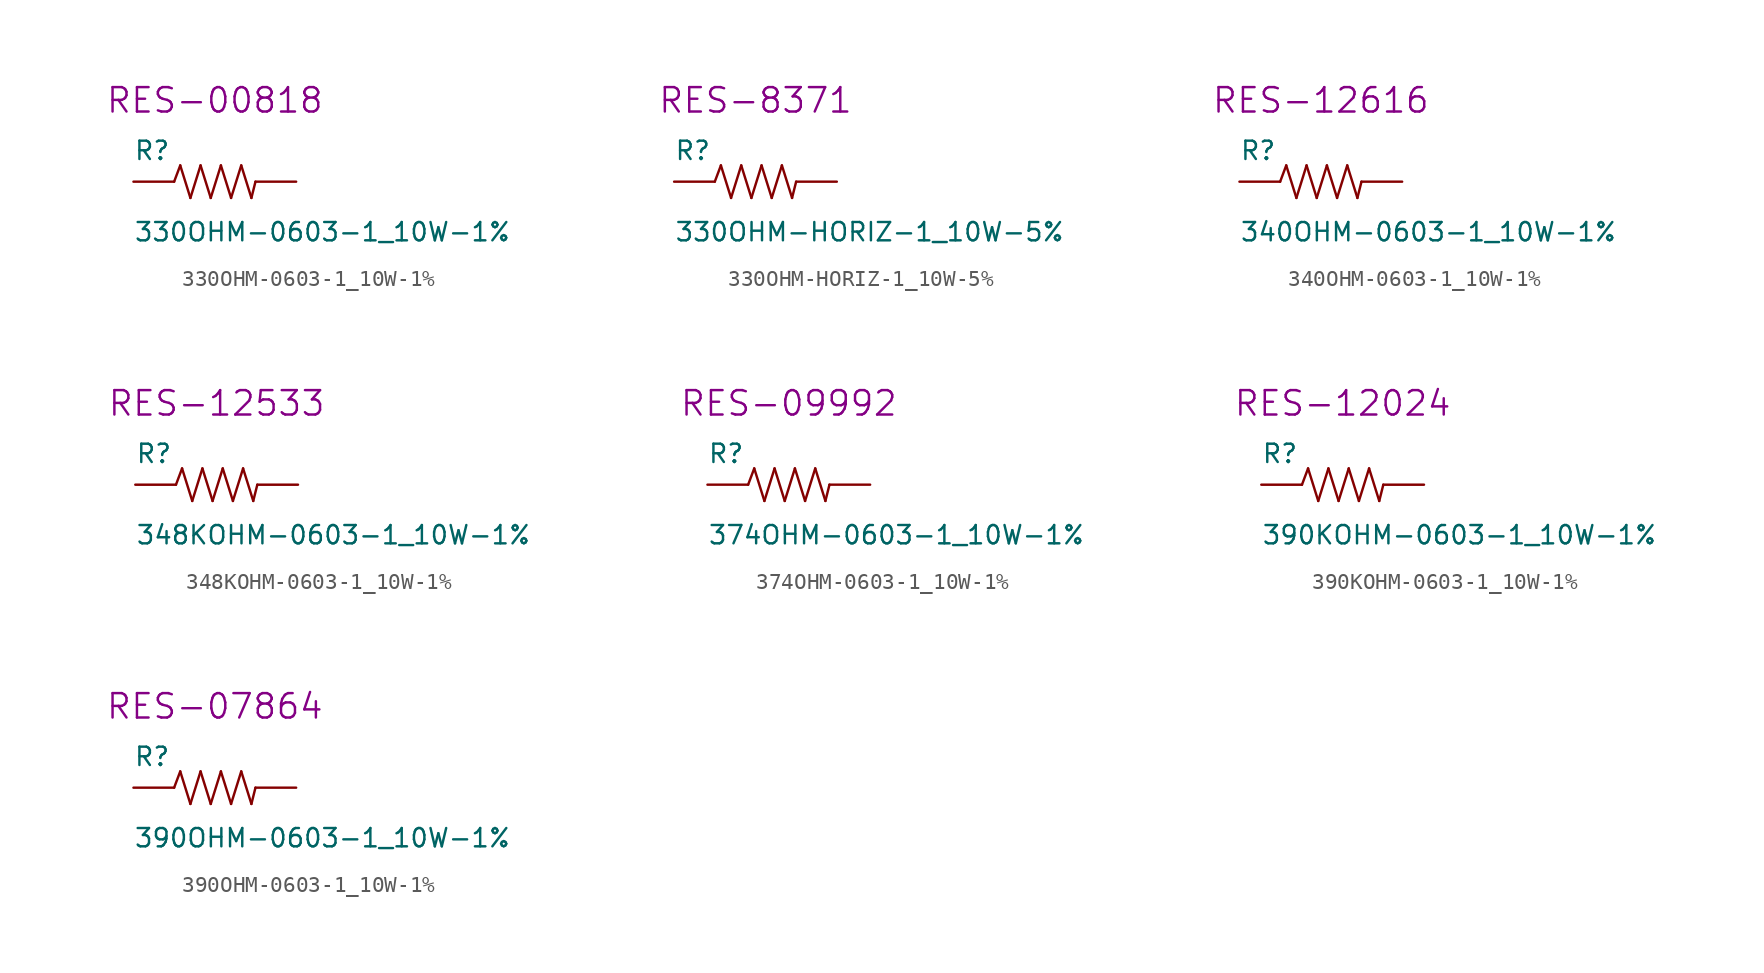
<source format=kicad_sym>
(kicad_symbol_lib
  (version 20211014)
  (generator kicad_symbol_editor)
  (symbol "330OHM-0603-1_10W-1%"
    (pin_numbers hide)
    (pin_names
      (offset 1.016) hide)
    (property "Reference" "R"
      (at -5.08 1.27 0)
      (effects (font (size 1.143 1.143)) (justify left bottom)))
    (property "Value" "330OHM-0603-1_10W-1%"
      (at -5.08 -3.81 0)
      (effects (font (size 1.143 1.143)) (justify left bottom)))
    (property "Field4" "RES-00818"
      (at 0 5.08 0)
      (effects (font (size 1.524 1.524))))
    (property "ki_locked" ""
      (at 0 0 0)
      (effects (font (size 1.27 1.27))))
    (symbol "330OHM-0603-1_10W-1%_1_0"
      (polyline (pts (xy -2.54 0) (xy -2.159 1.016)) (stroke (width 0) (type default) (color 0 0 0 0)) (fill (type none)))
      (polyline (pts (xy -2.159 1.016) (xy -1.524 -1.016)) (stroke (width 0) (type default) (color 0 0 0 0)) (fill (type none)))
      (polyline (pts (xy -1.524 -1.016) (xy -0.889 1.016)) (stroke (width 0) (type default) (color 0 0 0 0)) (fill (type none)))
      (polyline (pts (xy -0.889 1.016) (xy -0.254 -1.016)) (stroke (width 0) (type default) (color 0 0 0 0)) (fill (type none)))
      (polyline (pts (xy -0.254 -1.016) (xy 0.381 1.016)) (stroke (width 0) (type default) (color 0 0 0 0)) (fill (type none)))
      (polyline (pts (xy 0.381 1.016) (xy 1.016 -1.016)) (stroke (width 0) (type default) (color 0 0 0 0)) (fill (type none)))
      (polyline (pts (xy 1.016 -1.016) (xy 1.651 1.016)) (stroke (width 0) (type default) (color 0 0 0 0)) (fill (type none)))
      (polyline (pts (xy 1.651 1.016) (xy 2.286 -1.016)) (stroke (width 0) (type default) (color 0 0 0 0)) (fill (type none)))
      (polyline (pts (xy 2.286 -1.016) (xy 2.54 0)) (stroke (width 0) (type default) (color 0 0 0 0)) (fill (type none))))
    (symbol "330OHM-0603-1_10W-1%_1_1"
      (pin passive line (at -5.08 0 0) (length 2.54) (name "1" (effects (font (size 1.016 1.016)))) (number "1" (effects (font (size 1.016 1.016)))))
      (pin passive line (at 5.08 0 180) (length 2.54) (name "2" (effects (font (size 1.016 1.016)))) (number "2" (effects (font (size 1.016 1.016)))))))
  (symbol "330OHM-HORIZ-1_10W-5%"
    (pin_numbers hide)
    (pin_names
      (offset 1.016) hide)
    (property "Reference" "R"
      (at -5.08 1.27 0)
      (effects (font (size 1.143 1.143)) (justify left bottom)))
    (property "Value" "330OHM-HORIZ-1_10W-5%"
      (at -5.08 -3.81 0)
      (effects (font (size 1.143 1.143)) (justify left bottom)))
    (property "Field4" "RES-8371"
      (at 0 5.08 0)
      (effects (font (size 1.524 1.524))))
    (property "ki_locked" ""
      (at 0 0 0)
      (effects (font (size 1.27 1.27))))
    (symbol "330OHM-HORIZ-1_10W-5%_1_0"
      (polyline (pts (xy -2.54 0) (xy -2.159 1.016)) (stroke (width 0) (type default) (color 0 0 0 0)) (fill (type none)))
      (polyline (pts (xy -2.159 1.016) (xy -1.524 -1.016)) (stroke (width 0) (type default) (color 0 0 0 0)) (fill (type none)))
      (polyline (pts (xy -1.524 -1.016) (xy -0.889 1.016)) (stroke (width 0) (type default) (color 0 0 0 0)) (fill (type none)))
      (polyline (pts (xy -0.889 1.016) (xy -0.254 -1.016)) (stroke (width 0) (type default) (color 0 0 0 0)) (fill (type none)))
      (polyline (pts (xy -0.254 -1.016) (xy 0.381 1.016)) (stroke (width 0) (type default) (color 0 0 0 0)) (fill (type none)))
      (polyline (pts (xy 0.381 1.016) (xy 1.016 -1.016)) (stroke (width 0) (type default) (color 0 0 0 0)) (fill (type none)))
      (polyline (pts (xy 1.016 -1.016) (xy 1.651 1.016)) (stroke (width 0) (type default) (color 0 0 0 0)) (fill (type none)))
      (polyline (pts (xy 1.651 1.016) (xy 2.286 -1.016)) (stroke (width 0) (type default) (color 0 0 0 0)) (fill (type none)))
      (polyline (pts (xy 2.286 -1.016) (xy 2.54 0)) (stroke (width 0) (type default) (color 0 0 0 0)) (fill (type none))))
    (symbol "330OHM-HORIZ-1_10W-5%_1_1"
      (pin passive line (at -5.08 0 0) (length 2.54) (name "1" (effects (font (size 1.016 1.016)))) (number "P$1" (effects (font (size 1.016 1.016)))))
      (pin passive line (at 5.08 0 180) (length 2.54) (name "2" (effects (font (size 1.016 1.016)))) (number "P$2" (effects (font (size 1.016 1.016)))))))
  (symbol "340OHM-0603-1_10W-1%"
    (pin_numbers hide)
    (pin_names
      (offset 1.016) hide)
    (property "Reference" "R"
      (at -5.08 1.27 0)
      (effects (font (size 1.143 1.143)) (justify left bottom)))
    (property "Value" "340OHM-0603-1_10W-1%"
      (at -5.08 -3.81 0)
      (effects (font (size 1.143 1.143)) (justify left bottom)))
    (property "Field4" "RES-12616"
      (at 0 5.08 0)
      (effects (font (size 1.524 1.524))))
    (property "ki_locked" ""
      (at 0 0 0)
      (effects (font (size 1.27 1.27))))
    (symbol "340OHM-0603-1_10W-1%_1_0"
      (polyline (pts (xy -2.54 0) (xy -2.159 1.016)) (stroke (width 0) (type default) (color 0 0 0 0)) (fill (type none)))
      (polyline (pts (xy -2.159 1.016) (xy -1.524 -1.016)) (stroke (width 0) (type default) (color 0 0 0 0)) (fill (type none)))
      (polyline (pts (xy -1.524 -1.016) (xy -0.889 1.016)) (stroke (width 0) (type default) (color 0 0 0 0)) (fill (type none)))
      (polyline (pts (xy -0.889 1.016) (xy -0.254 -1.016)) (stroke (width 0) (type default) (color 0 0 0 0)) (fill (type none)))
      (polyline (pts (xy -0.254 -1.016) (xy 0.381 1.016)) (stroke (width 0) (type default) (color 0 0 0 0)) (fill (type none)))
      (polyline (pts (xy 0.381 1.016) (xy 1.016 -1.016)) (stroke (width 0) (type default) (color 0 0 0 0)) (fill (type none)))
      (polyline (pts (xy 1.016 -1.016) (xy 1.651 1.016)) (stroke (width 0) (type default) (color 0 0 0 0)) (fill (type none)))
      (polyline (pts (xy 1.651 1.016) (xy 2.286 -1.016)) (stroke (width 0) (type default) (color 0 0 0 0)) (fill (type none)))
      (polyline (pts (xy 2.286 -1.016) (xy 2.54 0)) (stroke (width 0) (type default) (color 0 0 0 0)) (fill (type none))))
    (symbol "340OHM-0603-1_10W-1%_1_1"
      (pin passive line (at -5.08 0 0) (length 2.54) (name "1" (effects (font (size 1.016 1.016)))) (number "1" (effects (font (size 1.016 1.016)))))
      (pin passive line (at 5.08 0 180) (length 2.54) (name "2" (effects (font (size 1.016 1.016)))) (number "2" (effects (font (size 1.016 1.016)))))))
  (symbol "348KOHM-0603-1_10W-1%"
    (pin_numbers hide)
    (pin_names
      (offset 1.016) hide)
    (property "Reference" "R"
      (at -5.08 1.27 0)
      (effects (font (size 1.143 1.143)) (justify left bottom)))
    (property "Value" "348KOHM-0603-1_10W-1%"
      (at -5.08 -3.81 0)
      (effects (font (size 1.143 1.143)) (justify left bottom)))
    (property "Field4" "RES-12533"
      (at 0 5.08 0)
      (effects (font (size 1.524 1.524))))
    (property "ki_locked" ""
      (at 0 0 0)
      (effects (font (size 1.27 1.27))))
    (symbol "348KOHM-0603-1_10W-1%_1_0"
      (polyline (pts (xy -2.54 0) (xy -2.159 1.016)) (stroke (width 0) (type default) (color 0 0 0 0)) (fill (type none)))
      (polyline (pts (xy -2.159 1.016) (xy -1.524 -1.016)) (stroke (width 0) (type default) (color 0 0 0 0)) (fill (type none)))
      (polyline (pts (xy -1.524 -1.016) (xy -0.889 1.016)) (stroke (width 0) (type default) (color 0 0 0 0)) (fill (type none)))
      (polyline (pts (xy -0.889 1.016) (xy -0.254 -1.016)) (stroke (width 0) (type default) (color 0 0 0 0)) (fill (type none)))
      (polyline (pts (xy -0.254 -1.016) (xy 0.381 1.016)) (stroke (width 0) (type default) (color 0 0 0 0)) (fill (type none)))
      (polyline (pts (xy 0.381 1.016) (xy 1.016 -1.016)) (stroke (width 0) (type default) (color 0 0 0 0)) (fill (type none)))
      (polyline (pts (xy 1.016 -1.016) (xy 1.651 1.016)) (stroke (width 0) (type default) (color 0 0 0 0)) (fill (type none)))
      (polyline (pts (xy 1.651 1.016) (xy 2.286 -1.016)) (stroke (width 0) (type default) (color 0 0 0 0)) (fill (type none)))
      (polyline (pts (xy 2.286 -1.016) (xy 2.54 0)) (stroke (width 0) (type default) (color 0 0 0 0)) (fill (type none))))
    (symbol "348KOHM-0603-1_10W-1%_1_1"
      (pin passive line (at -5.08 0 0) (length 2.54) (name "1" (effects (font (size 1.016 1.016)))) (number "1" (effects (font (size 1.016 1.016)))))
      (pin passive line (at 5.08 0 180) (length 2.54) (name "2" (effects (font (size 1.016 1.016)))) (number "2" (effects (font (size 1.016 1.016)))))))
  (symbol "374OHM-0603-1_10W-1%"
    (pin_numbers hide)
    (pin_names
      (offset 1.016) hide)
    (property "Reference" "R"
      (at -5.08 1.27 0)
      (effects (font (size 1.143 1.143)) (justify left bottom)))
    (property "Value" "374OHM-0603-1_10W-1%"
      (at -5.08 -3.81 0)
      (effects (font (size 1.143 1.143)) (justify left bottom)))
    (property "Field4" "RES-09992"
      (at 0 5.08 0)
      (effects (font (size 1.524 1.524))))
    (property "ki_locked" ""
      (at 0 0 0)
      (effects (font (size 1.27 1.27))))
    (symbol "374OHM-0603-1_10W-1%_1_0"
      (polyline (pts (xy -2.54 0) (xy -2.159 1.016)) (stroke (width 0) (type default) (color 0 0 0 0)) (fill (type none)))
      (polyline (pts (xy -2.159 1.016) (xy -1.524 -1.016)) (stroke (width 0) (type default) (color 0 0 0 0)) (fill (type none)))
      (polyline (pts (xy -1.524 -1.016) (xy -0.889 1.016)) (stroke (width 0) (type default) (color 0 0 0 0)) (fill (type none)))
      (polyline (pts (xy -0.889 1.016) (xy -0.254 -1.016)) (stroke (width 0) (type default) (color 0 0 0 0)) (fill (type none)))
      (polyline (pts (xy -0.254 -1.016) (xy 0.381 1.016)) (stroke (width 0) (type default) (color 0 0 0 0)) (fill (type none)))
      (polyline (pts (xy 0.381 1.016) (xy 1.016 -1.016)) (stroke (width 0) (type default) (color 0 0 0 0)) (fill (type none)))
      (polyline (pts (xy 1.016 -1.016) (xy 1.651 1.016)) (stroke (width 0) (type default) (color 0 0 0 0)) (fill (type none)))
      (polyline (pts (xy 1.651 1.016) (xy 2.286 -1.016)) (stroke (width 0) (type default) (color 0 0 0 0)) (fill (type none)))
      (polyline (pts (xy 2.286 -1.016) (xy 2.54 0)) (stroke (width 0) (type default) (color 0 0 0 0)) (fill (type none))))
    (symbol "374OHM-0603-1_10W-1%_1_1"
      (pin passive line (at -5.08 0 0) (length 2.54) (name "1" (effects (font (size 1.016 1.016)))) (number "1" (effects (font (size 1.016 1.016)))))
      (pin passive line (at 5.08 0 180) (length 2.54) (name "2" (effects (font (size 1.016 1.016)))) (number "2" (effects (font (size 1.016 1.016)))))))
  (symbol "390KOHM-0603-1_10W-1%"
    (pin_numbers hide)
    (pin_names
      (offset 1.016) hide)
    (property "Reference" "R"
      (at -5.08 1.27 0)
      (effects (font (size 1.143 1.143)) (justify left bottom)))
    (property "Value" "390KOHM-0603-1_10W-1%"
      (at -5.08 -3.81 0)
      (effects (font (size 1.143 1.143)) (justify left bottom)))
    (property "Field4" "RES-12024"
      (at 0 5.08 0)
      (effects (font (size 1.524 1.524))))
    (property "ki_locked" ""
      (at 0 0 0)
      (effects (font (size 1.27 1.27))))
    (symbol "390KOHM-0603-1_10W-1%_1_0"
      (polyline (pts (xy -2.54 0) (xy -2.159 1.016)) (stroke (width 0) (type default) (color 0 0 0 0)) (fill (type none)))
      (polyline (pts (xy -2.159 1.016) (xy -1.524 -1.016)) (stroke (width 0) (type default) (color 0 0 0 0)) (fill (type none)))
      (polyline (pts (xy -1.524 -1.016) (xy -0.889 1.016)) (stroke (width 0) (type default) (color 0 0 0 0)) (fill (type none)))
      (polyline (pts (xy -0.889 1.016) (xy -0.254 -1.016)) (stroke (width 0) (type default) (color 0 0 0 0)) (fill (type none)))
      (polyline (pts (xy -0.254 -1.016) (xy 0.381 1.016)) (stroke (width 0) (type default) (color 0 0 0 0)) (fill (type none)))
      (polyline (pts (xy 0.381 1.016) (xy 1.016 -1.016)) (stroke (width 0) (type default) (color 0 0 0 0)) (fill (type none)))
      (polyline (pts (xy 1.016 -1.016) (xy 1.651 1.016)) (stroke (width 0) (type default) (color 0 0 0 0)) (fill (type none)))
      (polyline (pts (xy 1.651 1.016) (xy 2.286 -1.016)) (stroke (width 0) (type default) (color 0 0 0 0)) (fill (type none)))
      (polyline (pts (xy 2.286 -1.016) (xy 2.54 0)) (stroke (width 0) (type default) (color 0 0 0 0)) (fill (type none))))
    (symbol "390KOHM-0603-1_10W-1%_1_1"
      (pin passive line (at -5.08 0 0) (length 2.54) (name "1" (effects (font (size 1.016 1.016)))) (number "1" (effects (font (size 1.016 1.016)))))
      (pin passive line (at 5.08 0 180) (length 2.54) (name "2" (effects (font (size 1.016 1.016)))) (number "2" (effects (font (size 1.016 1.016)))))))
  (symbol "390OHM-0603-1_10W-1%"
    (pin_numbers hide)
    (pin_names
      (offset 1.016) hide)
    (property "Reference" "R"
      (at -5.08 1.27 0)
      (effects (font (size 1.143 1.143)) (justify left bottom)))
    (property "Value" "390OHM-0603-1_10W-1%"
      (at -5.08 -3.81 0)
      (effects (font (size 1.143 1.143)) (justify left bottom)))
    (property "Field4" "RES-07864"
      (at 0 5.08 0)
      (effects (font (size 1.524 1.524))))
    (property "ki_locked" ""
      (at 0 0 0)
      (effects (font (size 1.27 1.27))))
    (symbol "390OHM-0603-1_10W-1%_1_0"
      (polyline (pts (xy -2.54 0) (xy -2.159 1.016)) (stroke (width 0) (type default) (color 0 0 0 0)) (fill (type none)))
      (polyline (pts (xy -2.159 1.016) (xy -1.524 -1.016)) (stroke (width 0) (type default) (color 0 0 0 0)) (fill (type none)))
      (polyline (pts (xy -1.524 -1.016) (xy -0.889 1.016)) (stroke (width 0) (type default) (color 0 0 0 0)) (fill (type none)))
      (polyline (pts (xy -0.889 1.016) (xy -0.254 -1.016)) (stroke (width 0) (type default) (color 0 0 0 0)) (fill (type none)))
      (polyline (pts (xy -0.254 -1.016) (xy 0.381 1.016)) (stroke (width 0) (type default) (color 0 0 0 0)) (fill (type none)))
      (polyline (pts (xy 0.381 1.016) (xy 1.016 -1.016)) (stroke (width 0) (type default) (color 0 0 0 0)) (fill (type none)))
      (polyline (pts (xy 1.016 -1.016) (xy 1.651 1.016)) (stroke (width 0) (type default) (color 0 0 0 0)) (fill (type none)))
      (polyline (pts (xy 1.651 1.016) (xy 2.286 -1.016)) (stroke (width 0) (type default) (color 0 0 0 0)) (fill (type none)))
      (polyline (pts (xy 2.286 -1.016) (xy 2.54 0)) (stroke (width 0) (type default) (color 0 0 0 0)) (fill (type none))))
    (symbol "390OHM-0603-1_10W-1%_1_1"
      (pin passive line (at -5.08 0 0) (length 2.54) (name "1" (effects (font (size 1.016 1.016)))) (number "1" (effects (font (size 1.016 1.016)))))
      (pin passive line (at 5.08 0 180) (length 2.54) (name "2" (effects (font (size 1.016 1.016)))) (number "2" (effects (font (size 1.016 1.016))))))))
</source>
